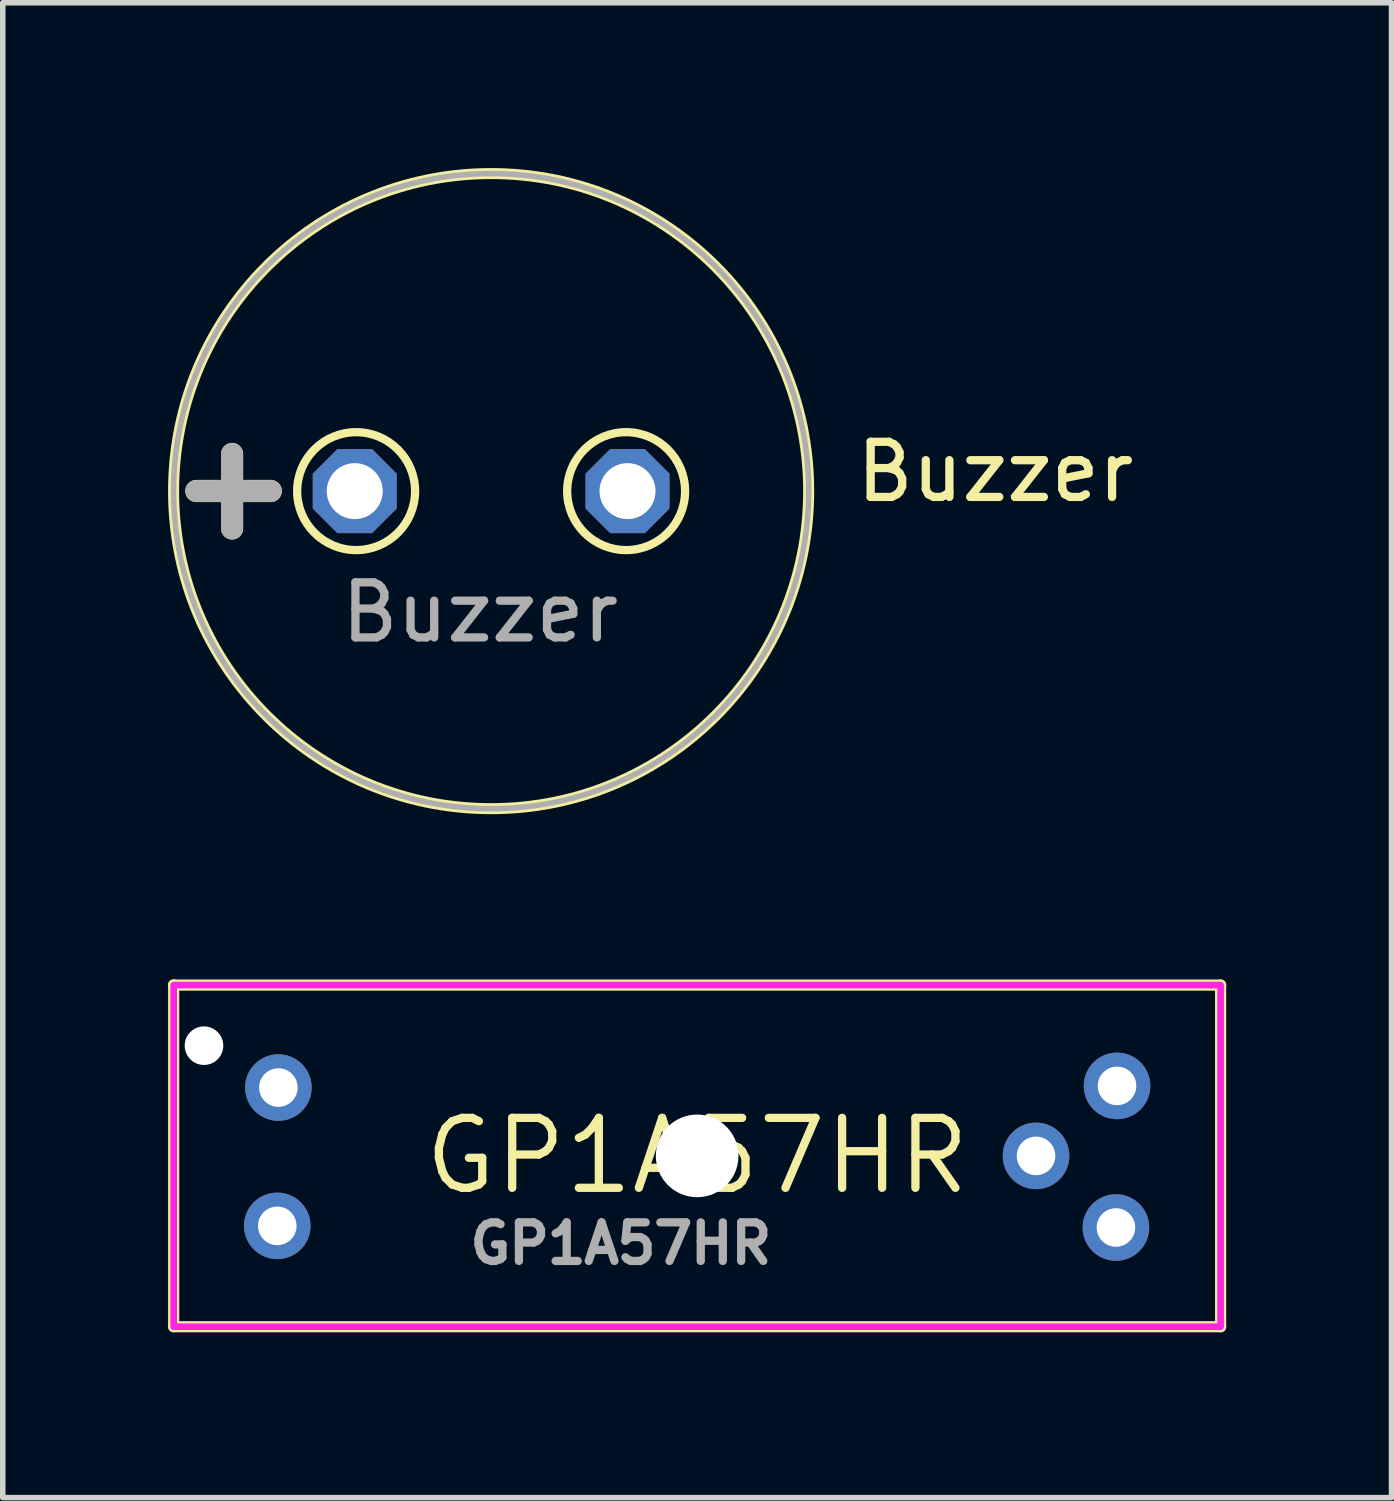
<source format=kicad_pcb>
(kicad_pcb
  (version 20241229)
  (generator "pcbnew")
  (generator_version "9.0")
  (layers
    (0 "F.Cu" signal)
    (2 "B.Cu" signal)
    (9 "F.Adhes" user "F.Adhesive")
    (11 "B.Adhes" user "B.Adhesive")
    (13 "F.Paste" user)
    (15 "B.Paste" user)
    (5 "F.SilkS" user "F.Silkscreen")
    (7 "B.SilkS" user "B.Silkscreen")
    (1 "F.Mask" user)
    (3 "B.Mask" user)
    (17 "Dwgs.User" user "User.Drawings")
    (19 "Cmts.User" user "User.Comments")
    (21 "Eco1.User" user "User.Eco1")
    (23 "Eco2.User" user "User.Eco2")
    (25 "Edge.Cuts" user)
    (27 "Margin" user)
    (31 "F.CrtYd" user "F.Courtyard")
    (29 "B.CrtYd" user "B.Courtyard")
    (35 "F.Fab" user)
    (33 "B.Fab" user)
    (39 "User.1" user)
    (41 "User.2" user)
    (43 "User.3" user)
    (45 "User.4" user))
  (footprint "GP1A57HR"
    (layer "F.Cu")
    (at 9.602 17.927)
    (property "Reference" "GP1A57HR" (at 0 0 0) (layer "F.SilkS") (effects (font (size 1.27 1.27) (thickness 0.15))))
    (attr through_hole)
    (fp_line (start -9.5 -3.1) (end -9.5 -3.1) (stroke (width 0.203) (type solid)) (layer "F.SilkS"))
    (fp_line (start -9.5 -3.1) (end 9.5 -3.1) (stroke (width 0.203) (type solid)) (layer "F.SilkS"))
    (fp_line (start -9.5 3.1) (end -9.5 -3.1) (stroke (width 0.203) (type solid)) (layer "F.SilkS"))
    (fp_line (start 9.5 -3.1) (end 9.5 3.1) (stroke (width 0.203) (type solid)) (layer "F.SilkS"))
    (fp_line (start 9.5 3.1) (end -9.5 3.1) (stroke (width 0.203) (type solid)) (layer "F.SilkS"))
    (fp_rect (start -9.5 -3.1) (end 9.5 3.1) (stroke (width 0.12) (type default)) (fill no) (layer "F.CrtYd"))
    (fp_rect (start -9.5 -3.1) (end 9.5 3.1) (stroke (width 0.1) (type default)) (fill no) (layer "F.Fab"))
    (fp_text user "${REFERENCE}" (at -4.2 2 0) (unlocked yes) (layer "F.Fab") (effects (font (size 0.7 0.7) (thickness 0.15)) (justify left bottom)))
    (pad "" np_thru_hole circle (at -8.95 -2 180) (size 0.7 0.7) (drill 0.7) (layers "*.Cu" "*.Mask"))
    (pad "" np_thru_hole circle (at 0 0 180) (size 1.5 1.5) (drill 1.5) (layers "*.Cu" "*.Mask"))
    (pad "1" thru_hole circle (at -7.6 -1.24 180) (size 1.208 1.208) (drill 0.7) (layers "*.Cu" "*.Mask"))
    (pad "2" thru_hole circle (at -7.62 1.27 180) (size 1.208 1.208) (drill 0.7) (layers "*.Cu" "*.Mask"))
    (pad "3" thru_hole circle (at 7.6 1.3 180) (size 1.208 1.208) (drill 0.7) (layers "*.Cu" "*.Mask"))
    (pad "4" thru_hole circle (at 6.15 0 180) (size 1.208 1.208) (drill 0.7) (layers "*.Cu" "*.Mask"))
    (pad "5" thru_hole circle (at 7.62 -1.27 180) (size 1.208 1.208) (drill 0.7) (layers "*.Cu" "*.Mask")))
  (footprint "Buzzer"
    (layer "F.Cu")
    (at 5.863 5.863)
    (property "Reference" "Buzzer" (at 9.15 -0.35 0) (unlocked yes) (layer "F.SilkS") (effects (font (size 1 1) (thickness 0.15))))
    (attr through_hole)
    (fp_line (start -4.7 -0.676) (end -4.7 0.676) (stroke (width 0.4) (type solid)) (layer "F.SilkS"))
    (fp_line (start -3.998 -0.004) (end -5.35 -0.004) (stroke (width 0.4) (type solid)) (layer "F.SilkS"))
    (fp_circle (center -2.45 0) (end -3.1 -0.85) (stroke (width 0.15) (type default)) (fill no) (layer "F.SilkS"))
    (fp_circle (center 0 0) (end 5.763 0) (stroke (width 0.2) (type default)) (fill no) (layer "F.SilkS"))
    (fp_circle (center 2.45 0) (end 1.8 -0.85) (stroke (width 0.15) (type default)) (fill no) (layer "F.SilkS"))
    (fp_line (start -4.702 -0.672) (end -4.702 0.68) (stroke (width 0.4) (type solid)) (layer "F.Fab"))
    (fp_line (start -4 0) (end -5.352 0) (stroke (width 0.4) (type solid)) (layer "F.Fab"))
    (fp_circle (center 0 0) (end -3.6 -4.5) (stroke (width 0.1) (type default)) (fill no) (layer "F.Fab"))
    (fp_text user "${REFERENCE}" (at -0.2 2.2 0) (layer "F.Fab") (effects (font (size 1 1) (thickness 0.15))))
    (pad "1" thru_hole roundrect (at -2.475 0) (size 1.524 1.524) (drill 1.016) (layers "*.Cu" "*.Mask") (roundrect_rratio 0.25) (chamfer_ratio 0.293) (chamfer top_left top_right bottom_left bottom_right))
    (pad "2" thru_hole roundrect (at 2.475 0) (size 1.524 1.524) (drill 1.016) (layers "*.Cu" "*.Mask") (roundrect_rratio 0.25) (chamfer_ratio 0.293) (chamfer top_left top_right bottom_left bottom_right)))
  (gr_rect
    (start -3 -3)
    (end 22.203 24.129)
    (stroke (width 0.1) (type default))
    (fill no)
    (layer "Edge.Cuts")))
</source>
